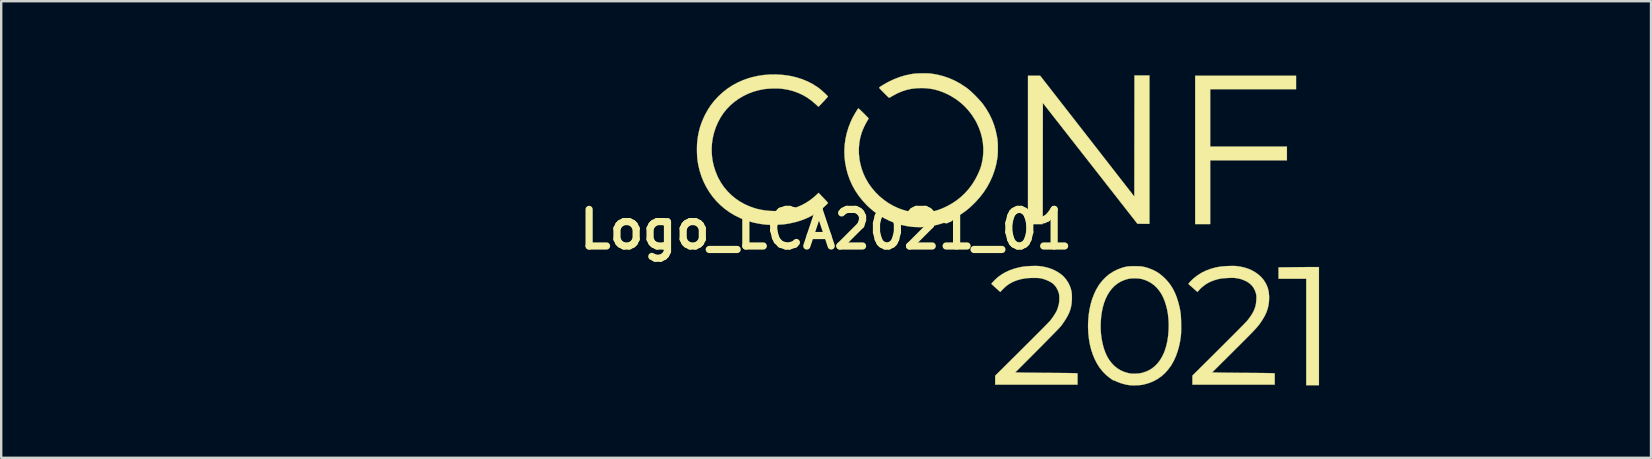
<source format=kicad_pcb>
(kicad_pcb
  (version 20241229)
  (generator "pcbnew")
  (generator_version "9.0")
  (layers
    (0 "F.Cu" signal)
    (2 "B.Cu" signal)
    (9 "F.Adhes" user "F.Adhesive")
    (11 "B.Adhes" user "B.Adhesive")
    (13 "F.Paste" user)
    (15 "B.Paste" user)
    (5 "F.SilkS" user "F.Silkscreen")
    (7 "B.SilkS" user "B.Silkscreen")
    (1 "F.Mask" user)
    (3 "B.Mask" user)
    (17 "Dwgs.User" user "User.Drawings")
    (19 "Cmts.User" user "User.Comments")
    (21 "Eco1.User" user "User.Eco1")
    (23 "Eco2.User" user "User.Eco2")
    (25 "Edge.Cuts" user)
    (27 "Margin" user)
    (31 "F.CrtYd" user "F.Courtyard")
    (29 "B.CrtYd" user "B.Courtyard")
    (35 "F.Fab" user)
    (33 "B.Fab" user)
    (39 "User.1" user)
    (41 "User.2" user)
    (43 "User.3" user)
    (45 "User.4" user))
  (footprint "Logo_LCA2021_01"
    (layer "F.Cu")
    (at 31.366 6.51)
    (property "Reference" "Logo_LCA2021_01" (at 0 0 0) (layer "F.SilkS") (effects (font (size 1.524 1.524) (thickness 0.3))))
    (attr through_hole)
    (fp_poly (pts (xy -25.718 -0.233) (xy -26.332 -0.233) (xy -26.332 -6.416) (xy -25.718 -6.416) (xy -25.718 -0.233)) (stroke (width 0.01) (type solid)) (fill yes) (layer "F.Mask"))
    (fp_poly (pts (xy -4.997 6.49) (xy -5.527 6.49) (xy -5.527 1.567) (xy -4.997 1.567) (xy -4.997 6.49)) (stroke (width 0.01) (type solid)) (fill yes) (layer "F.Mask"))
    (fp_poly (pts (xy -8.957 5.993) (xy -6.236 5.993) (xy -6.236 6.469) (xy -9.476 6.469) (xy -9.476 1.567) (xy -8.957 1.567) (xy -8.957 5.993)) (stroke (width 0.01) (type solid)) (fill yes) (layer "F.Mask"))
    (fp_poly (pts (xy -18.73 -0.233) (xy -19.224 -0.233) (xy -23.182 -5.27) (xy -23.187 -0.222) (xy -23.801 -0.222) (xy -23.801 -6.406) (xy -23.296 -6.406) (xy -19.349 -1.371) (xy -19.346 -3.894) (xy -19.344 -6.416) (xy -18.73 -6.416) (xy -18.73 -0.233)) (stroke (width 0.01) (type solid)) (fill yes) (layer "F.Mask"))
    (fp_poly (pts (xy -14.761 1.569) (xy -14.54 1.572) (xy -13.006 3.531) (xy -11.472 5.49) (xy -11.466 1.567) (xy -10.948 1.567) (xy -10.948 6.491) (xy -11.376 6.485) (xy -12.911 4.519) (xy -14.447 2.554) (xy -14.45 4.522) (xy -14.452 6.49) (xy -14.982 6.49) (xy -14.982 1.567) (xy -14.761 1.569)) (stroke (width 0.01) (type solid)) (fill yes) (layer "F.Mask"))
    (fp_poly (pts (xy -3.307 1.569) (xy -3.088 1.572) (xy -1.552 3.534) (xy -0.016 5.495) (xy -0.013 3.531) (xy -0.011 1.567) (xy 0.508 1.567) (xy 0.508 6.49) (xy 0.065 6.49) (xy -1.468 4.519) (xy -3.002 2.547) (xy -3.007 6.49) (xy -3.526 6.49) (xy -3.526 1.567) (xy -3.307 1.569)) (stroke (width 0.01) (type solid)) (fill yes) (layer "F.Mask"))
    (fp_poly (pts (xy -30.736 -0.805) (xy -27.274 -0.805) (xy -27.274 -0.222) (xy -31.361 -0.222) (xy -31.361 -1.533) (xy -31.361 -1.699) (xy -31.361 -1.885) (xy -31.36 -2.086) (xy -31.36 -2.302) (xy -31.36 -2.529) (xy -31.359 -2.764) (xy -31.359 -3.006) (xy -31.358 -3.252) (xy -31.358 -3.499) (xy -31.357 -3.745) (xy -31.356 -3.988) (xy -31.355 -4.225) (xy -31.355 -4.453) (xy -31.354 -4.629) (xy -31.347 -6.416) (xy -30.736 -6.416) (xy -30.736 -0.805)) (stroke (width 0.01) (type solid)) (fill yes) (layer "F.Mask"))
    (fp_poly (pts (xy 5.315 2.043) (xy 2.499 2.043) (xy 2.499 3.727) (xy 5.019 3.727) (xy 5.019 4.214) (xy 2.499 4.214) (xy 2.499 5.968) (xy 3.072 5.975) (xy 3.188 5.976) (xy 3.32 5.978) (xy 3.466 5.979) (xy 3.622 5.98) (xy 3.783 5.98) (xy 3.947 5.981) (xy 4.108 5.982) (xy 4.263 5.982) (xy 4.405 5.982) (xy 4.533 5.982) (xy 4.659 5.982) (xy 4.779 5.983) (xy 4.892 5.984) (xy 4.996 5.984) (xy 5.088 5.985) (xy 5.166 5.986) (xy 5.229 5.987) (xy 5.274 5.988) (xy 5.292 5.989) (xy 5.421 5.996) (xy 5.421 6.469) (xy 1.969 6.469) (xy 1.969 1.567) (xy 5.315 1.567) (xy 5.315 2.043)) (stroke (width 0.01) (type solid)) (fill yes) (layer "F.Mask"))
    (fp_poly (pts (xy 24.273 -3.319) (xy 24.384 -3.076) (xy 24.494 -2.839) (xy 24.6 -2.607) (xy 24.704 -2.382) (xy 24.805 -2.164) (xy 24.902 -1.954) (xy 24.995 -1.752) (xy 25.083 -1.559) (xy 25.167 -1.377) (xy 25.246 -1.205) (xy 25.32 -1.044) (xy 25.388 -0.896) (xy 25.451 -0.76) (xy 25.507 -0.638) (xy 25.556 -0.531) (xy 25.598 -0.438) (xy 25.633 -0.362) (xy 25.661 -0.301) (xy 25.68 -0.258) (xy 25.692 -0.233) (xy 25.695 -0.227) (xy 25.693 -0.222) (xy 25.685 -0.219) (xy 25.669 -0.217) (xy 25.642 -0.215) (xy 25.603 -0.214) (xy 25.549 -0.213) (xy 25.478 -0.213) (xy 25.389 -0.214) (xy 25.362 -0.214) (xy 25.026 -0.217) (xy 24.259 -1.901) (xy 20.893 -1.906) (xy 20.512 -1.061) (xy 20.132 -0.217) (xy 19.795 -0.214) (xy 19.7 -0.214) (xy 19.624 -0.213) (xy 19.566 -0.214) (xy 19.522 -0.215) (xy 19.492 -0.216) (xy 19.473 -0.219) (xy 19.464 -0.222) (xy 19.462 -0.226) (xy 19.467 -0.237) (xy 19.48 -0.266) (xy 19.501 -0.313) (xy 19.531 -0.377) (xy 19.567 -0.457) (xy 19.611 -0.553) (xy 19.662 -0.664) (xy 19.72 -0.789) (xy 19.783 -0.927) (xy 19.853 -1.078) (xy 19.928 -1.241) (xy 20.008 -1.416) (xy 20.093 -1.601) (xy 20.183 -1.795) (xy 20.277 -1.999) (xy 20.374 -2.211) (xy 20.476 -2.431) (xy 20.496 -2.475) (xy 21.154 -2.475) (xy 21.165 -2.473) (xy 21.194 -2.472) (xy 21.241 -2.471) (xy 21.304 -2.469) (xy 21.38 -2.468) (xy 21.468 -2.467) (xy 21.566 -2.466) (xy 21.671 -2.465) (xy 21.755 -2.464) (xy 22.049 -2.463) (xy 22.321 -2.462) (xy 22.573 -2.461) (xy 22.803 -2.46) (xy 23.013 -2.459) (xy 23.203 -2.459) (xy 23.372 -2.459) (xy 23.521 -2.459) (xy 23.649 -2.459) (xy 23.757 -2.459) (xy 23.846 -2.46) (xy 23.915 -2.46) (xy 23.963 -2.461) (xy 23.993 -2.462) (xy 24.002 -2.464) (xy 24.002 -2.464) (xy 23.998 -2.474) (xy 23.986 -2.503) (xy 23.966 -2.548) (xy 23.938 -2.609) (xy 23.905 -2.684) (xy 23.865 -2.773) (xy 23.82 -2.873) (xy 23.77 -2.983) (xy 23.716 -3.103) (xy 23.658 -3.231) (xy 23.597 -3.366) (xy 23.533 -3.507) (xy 23.467 -3.652) (xy 23.4 -3.8) (xy 23.332 -3.95) (xy 23.264 -4.101) (xy 23.195 -4.252) (xy 23.128 -4.4) (xy 23.062 -4.546) (xy 22.997 -4.687) (xy 22.935 -4.823) (xy 22.877 -4.952) (xy 22.821 -5.074) (xy 22.77 -5.186) (xy 22.723 -5.288) (xy 22.682 -5.378) (xy 22.647 -5.455) (xy 22.618 -5.518) (xy 22.595 -5.566) (xy 22.581 -5.597) (xy 22.574 -5.611) (xy 22.574 -5.611) (xy 22.569 -5.602) (xy 22.556 -5.574) (xy 22.535 -5.53) (xy 22.508 -5.47) (xy 22.474 -5.396) (xy 22.434 -5.308) (xy 22.388 -5.209) (xy 22.338 -5.099) (xy 22.284 -4.979) (xy 22.226 -4.852) (xy 22.165 -4.717) (xy 22.101 -4.577) (xy 22.036 -4.433) (xy 21.969 -4.285) (xy 21.901 -4.135) (xy 21.833 -3.984) (xy 21.765 -3.834) (xy 21.698 -3.686) (xy 21.632 -3.54) (xy 21.568 -3.399) (xy 21.507 -3.263) (xy 21.449 -3.134) (xy 21.394 -3.013) (xy 21.344 -2.9) (xy 21.298 -2.799) (xy 21.257 -2.709) (xy 21.223 -2.631) (xy 21.195 -2.568) (xy 21.174 -2.52) (xy 21.16 -2.489) (xy 21.154 -2.475) (xy 21.154 -2.475) (xy 20.496 -2.475) (xy 20.58 -2.658) (xy 20.688 -2.891) (xy 20.798 -3.129) (xy 20.884 -3.318) (xy 22.303 -6.395) (xy 22.579 -6.395) (xy 22.854 -6.395) (xy 24.273 -3.319)) (stroke (width 0.01) (type solid)) (fill yes) (layer "F.Mask"))
    (fp_poly (pts (xy -16.252 -4.613) (xy -16.252 -4.364) (xy -16.252 -4.13) (xy -16.252 -3.91) (xy -16.251 -3.705) (xy -16.251 -3.517) (xy -16.25 -3.345) (xy -16.249 -3.19) (xy -16.248 -3.052) (xy -16.247 -2.933) (xy -16.246 -2.833) (xy -16.244 -2.752) (xy -16.243 -2.69) (xy -16.242 -2.65) (xy -16.241 -2.641) (xy -16.219 -2.408) (xy -16.184 -2.192) (xy -16.137 -1.992) (xy -16.076 -1.809) (xy -16.003 -1.642) (xy -15.916 -1.492) (xy -15.817 -1.357) (xy -15.705 -1.239) (xy -15.644 -1.186) (xy -15.487 -1.072) (xy -15.319 -0.974) (xy -15.139 -0.894) (xy -14.952 -0.833) (xy -14.851 -0.809) (xy -14.808 -0.8) (xy -14.769 -0.793) (xy -14.729 -0.788) (xy -14.686 -0.784) (xy -14.634 -0.781) (xy -14.571 -0.779) (xy -14.492 -0.777) (xy -14.445 -0.776) (xy -14.314 -0.774) (xy -14.2 -0.776) (xy -14.1 -0.781) (xy -14.01 -0.789) (xy -13.926 -0.802) (xy -13.844 -0.819) (xy -13.761 -0.841) (xy -13.701 -0.86) (xy -13.523 -0.926) (xy -13.357 -1.009) (xy -13.2 -1.11) (xy -13.162 -1.138) (xy -13.041 -1.239) (xy -12.934 -1.351) (xy -12.839 -1.474) (xy -12.757 -1.61) (xy -12.685 -1.761) (xy -12.625 -1.927) (xy -12.575 -2.109) (xy -12.534 -2.309) (xy -12.518 -2.41) (xy -12.516 -2.427) (xy -12.514 -2.446) (xy -12.512 -2.468) (xy -12.51 -2.493) (xy -12.509 -2.524) (xy -12.507 -2.56) (xy -12.506 -2.603) (xy -12.505 -2.654) (xy -12.504 -2.713) (xy -12.503 -2.782) (xy -12.502 -2.861) (xy -12.501 -2.952) (xy -12.501 -3.055) (xy -12.5 -3.172) (xy -12.499 -3.304) (xy -12.499 -3.45) (xy -12.498 -3.613) (xy -12.498 -3.793) (xy -12.497 -3.991) (xy -12.497 -4.209) (xy -12.497 -4.446) (xy -12.497 -4.476) (xy -12.493 -6.416) (xy -11.869 -6.416) (xy -11.869 -4.64) (xy -11.869 -4.39) (xy -11.869 -4.159) (xy -11.87 -3.948) (xy -11.87 -3.755) (xy -11.87 -3.579) (xy -11.871 -3.419) (xy -11.872 -3.275) (xy -11.873 -3.145) (xy -11.874 -3.028) (xy -11.875 -2.923) (xy -11.877 -2.829) (xy -11.879 -2.746) (xy -11.881 -2.671) (xy -11.884 -2.605) (xy -11.886 -2.546) (xy -11.889 -2.494) (xy -11.893 -2.446) (xy -11.896 -2.403) (xy -11.9 -2.363) (xy -11.905 -2.325) (xy -11.906 -2.315) (xy -11.946 -2.07) (xy -12.001 -1.84) (xy -12.07 -1.625) (xy -12.155 -1.425) (xy -12.253 -1.24) (xy -12.367 -1.071) (xy -12.495 -0.916) (xy -12.57 -0.84) (xy -12.73 -0.7) (xy -12.905 -0.575) (xy -13.092 -0.465) (xy -13.291 -0.372) (xy -13.5 -0.296) (xy -13.717 -0.237) (xy -13.881 -0.206) (xy -13.926 -0.201) (xy -13.988 -0.196) (xy -14.065 -0.192) (xy -14.151 -0.189) (xy -14.245 -0.186) (xy -14.341 -0.184) (xy -14.437 -0.184) (xy -14.529 -0.184) (xy -14.613 -0.185) (xy -14.686 -0.187) (xy -14.744 -0.19) (xy -14.759 -0.192) (xy -14.969 -0.223) (xy -15.176 -0.273) (xy -15.379 -0.341) (xy -15.576 -0.425) (xy -15.764 -0.526) (xy -15.94 -0.641) (xy -16.103 -0.77) (xy -16.202 -0.862) (xy -16.324 -0.997) (xy -16.435 -1.15) (xy -16.534 -1.318) (xy -16.622 -1.501) (xy -16.697 -1.697) (xy -16.758 -1.905) (xy -16.805 -2.123) (xy -16.824 -2.239) (xy -16.829 -2.275) (xy -16.834 -2.31) (xy -16.838 -2.345) (xy -16.842 -2.381) (xy -16.846 -2.419) (xy -16.849 -2.461) (xy -16.852 -2.506) (xy -16.854 -2.556) (xy -16.856 -2.613) (xy -16.858 -2.677) (xy -16.86 -2.749) (xy -16.861 -2.83) (xy -16.862 -2.921) (xy -16.863 -3.024) (xy -16.864 -3.139) (xy -16.865 -3.268) (xy -16.865 -3.41) (xy -16.866 -3.568) (xy -16.866 -3.743) (xy -16.866 -3.935) (xy -16.866 -4.145) (xy -16.866 -4.375) (xy -16.866 -4.539) (xy -16.866 -6.416) (xy -16.252 -6.416) (xy -16.252 -4.613)) (stroke (width 0.01) (type solid)) (fill yes) (layer "F.Mask"))
    (fp_poly (pts (xy -18.385 1.545) (xy -18.242 1.553) (xy -18.108 1.569) (xy -17.978 1.592) (xy -17.847 1.623) (xy -17.709 1.664) (xy -17.661 1.68) (xy -17.452 1.759) (xy -17.257 1.852) (xy -17.076 1.96) (xy -16.906 2.085) (xy -16.746 2.227) (xy -16.718 2.255) (xy -16.601 2.378) (xy -16.501 2.5) (xy -16.411 2.627) (xy -16.33 2.764) (xy -16.257 2.904) (xy -16.165 3.119) (xy -16.092 3.339) (xy -16.041 3.563) (xy -16.01 3.792) (xy -16 4.026) (xy -16.002 4.119) (xy -16.017 4.342) (xy -16.05 4.556) (xy -16.101 4.764) (xy -16.17 4.97) (xy -16.232 5.118) (xy -16.299 5.254) (xy -16.374 5.382) (xy -16.459 5.504) (xy -16.559 5.625) (xy -16.675 5.75) (xy -16.686 5.761) (xy -16.817 5.885) (xy -16.948 5.993) (xy -17.082 6.088) (xy -17.224 6.173) (xy -17.379 6.25) (xy -17.546 6.321) (xy -17.741 6.388) (xy -17.949 6.441) (xy -18.163 6.479) (xy -18.378 6.502) (xy -18.591 6.508) (xy -18.766 6.5) (xy -19.008 6.47) (xy -19.245 6.418) (xy -19.477 6.347) (xy -19.703 6.255) (xy -19.741 6.237) (xy -19.934 6.133) (xy -20.115 6.013) (xy -20.284 5.877) (xy -20.438 5.726) (xy -20.578 5.561) (xy -20.704 5.384) (xy -20.813 5.195) (xy -20.906 4.996) (xy -20.981 4.787) (xy -21.038 4.57) (xy -21.075 4.357) (xy -21.09 4.198) (xy -21.094 4.042) (xy -20.566 4.042) (xy -20.564 4.138) (xy -20.559 4.228) (xy -20.552 4.304) (xy -20.547 4.336) (xy -20.502 4.546) (xy -20.44 4.743) (xy -20.361 4.928) (xy -20.265 5.1) (xy -20.153 5.26) (xy -20.022 5.409) (xy -19.986 5.446) (xy -19.913 5.512) (xy -19.83 5.58) (xy -19.743 5.645) (xy -19.661 5.7) (xy -19.643 5.711) (xy -19.5 5.787) (xy -19.343 5.855) (xy -19.176 5.913) (xy -19.005 5.958) (xy -18.836 5.989) (xy -18.814 5.992) (xy -18.755 5.997) (xy -18.681 6) (xy -18.597 6.002) (xy -18.508 6.001) (xy -18.421 5.999) (xy -18.341 5.995) (xy -18.274 5.989) (xy -18.252 5.987) (xy -18.073 5.953) (xy -17.894 5.904) (xy -17.72 5.84) (xy -17.553 5.764) (xy -17.399 5.677) (xy -17.322 5.625) (xy -17.214 5.539) (xy -17.105 5.438) (xy -17.002 5.327) (xy -16.908 5.211) (xy -16.829 5.095) (xy -16.826 5.09) (xy -16.734 4.922) (xy -16.659 4.742) (xy -16.6 4.554) (xy -16.558 4.361) (xy -16.535 4.166) (xy -16.53 3.972) (xy -16.537 3.843) (xy -16.568 3.632) (xy -16.616 3.431) (xy -16.682 3.24) (xy -16.765 3.059) (xy -16.865 2.891) (xy -16.98 2.735) (xy -17.11 2.593) (xy -17.255 2.465) (xy -17.413 2.351) (xy -17.584 2.253) (xy -17.768 2.172) (xy -17.963 2.107) (xy -18.117 2.071) (xy -18.331 2.038) (xy -18.544 2.027) (xy -18.756 2.036) (xy -18.965 2.067) (xy -19.172 2.118) (xy -19.341 2.176) (xy -19.529 2.261) (xy -19.702 2.361) (xy -19.861 2.476) (xy -20.006 2.606) (xy -20.135 2.75) (xy -20.249 2.908) (xy -20.347 3.08) (xy -20.429 3.265) (xy -20.494 3.462) (xy -20.542 3.672) (xy -20.547 3.7) (xy -20.556 3.768) (xy -20.562 3.852) (xy -20.565 3.945) (xy -20.566 4.042) (xy -21.094 4.042) (xy -21.094 4.027) (xy -21.089 3.852) (xy -21.073 3.68) (xy -21.048 3.518) (xy -21.042 3.489) (xy -20.989 3.279) (xy -20.917 3.072) (xy -20.827 2.872) (xy -20.722 2.682) (xy -20.602 2.504) (xy -20.561 2.451) (xy -20.507 2.387) (xy -20.441 2.316) (xy -20.368 2.242) (xy -20.294 2.171) (xy -20.224 2.109) (xy -20.18 2.074) (xy -20.004 1.949) (xy -19.813 1.84) (xy -19.61 1.745) (xy -19.397 1.667) (xy -19.177 1.606) (xy -19.148 1.6) (xy -19.058 1.581) (xy -18.978 1.567) (xy -18.902 1.556) (xy -18.825 1.549) (xy -18.741 1.544) (xy -18.647 1.542) (xy -18.544 1.542) (xy -18.385 1.545)) (stroke (width 0.01) (type solid)) (fill yes) (layer "F.Mask"))
    (fp_poly (pts (xy 26.999 -4.576) (xy 26.999 -4.334) (xy 26.999 -4.113) (xy 26.999 -3.91) (xy 26.999 -3.726) (xy 27 -3.558) (xy 27 -3.407) (xy 27.001 -3.271) (xy 27.001 -3.149) (xy 27.002 -3.04) (xy 27.003 -2.943) (xy 27.004 -2.857) (xy 27.006 -2.78) (xy 27.008 -2.713) (xy 27.01 -2.654) (xy 27.012 -2.602) (xy 27.015 -2.555) (xy 27.017 -2.513) (xy 27.021 -2.476) (xy 27.024 -2.441) (xy 27.028 -2.408) (xy 27.032 -2.375) (xy 27.037 -2.345) (xy 27.071 -2.157) (xy 27.117 -1.978) (xy 27.173 -1.812) (xy 27.239 -1.659) (xy 27.314 -1.521) (xy 27.398 -1.4) (xy 27.48 -1.307) (xy 27.574 -1.224) (xy 27.686 -1.143) (xy 27.812 -1.066) (xy 27.948 -0.995) (xy 28.092 -0.932) (xy 28.239 -0.879) (xy 28.387 -0.836) (xy 28.457 -0.82) (xy 28.66 -0.789) (xy 28.865 -0.779) (xy 29.07 -0.788) (xy 29.273 -0.816) (xy 29.472 -0.864) (xy 29.666 -0.93) (xy 29.852 -1.015) (xy 30.03 -1.117) (xy 30.196 -1.236) (xy 30.229 -1.263) (xy 30.314 -1.346) (xy 30.393 -1.447) (xy 30.467 -1.564) (xy 30.534 -1.696) (xy 30.593 -1.841) (xy 30.642 -1.996) (xy 30.682 -2.16) (xy 30.704 -2.276) (xy 30.709 -2.31) (xy 30.714 -2.342) (xy 30.718 -2.374) (xy 30.722 -2.407) (xy 30.726 -2.441) (xy 30.729 -2.479) (xy 30.732 -2.52) (xy 30.734 -2.566) (xy 30.737 -2.618) (xy 30.738 -2.677) (xy 30.74 -2.744) (xy 30.742 -2.819) (xy 30.743 -2.905) (xy 30.744 -3.002) (xy 30.745 -3.111) (xy 30.745 -3.232) (xy 30.746 -3.368) (xy 30.746 -3.519) (xy 30.746 -3.686) (xy 30.747 -3.87) (xy 30.747 -4.072) (xy 30.747 -4.294) (xy 30.747 -4.534) (xy 30.747 -6.416) (xy 31.372 -6.416) (xy 31.368 -4.476) (xy 31.368 -4.233) (xy 31.367 -4.01) (xy 31.367 -3.807) (xy 31.367 -3.621) (xy 31.366 -3.453) (xy 31.365 -3.301) (xy 31.365 -3.163) (xy 31.364 -3.04) (xy 31.363 -2.93) (xy 31.362 -2.832) (xy 31.361 -2.745) (xy 31.359 -2.668) (xy 31.357 -2.601) (xy 31.355 -2.541) (xy 31.353 -2.488) (xy 31.35 -2.441) (xy 31.347 -2.399) (xy 31.344 -2.361) (xy 31.34 -2.326) (xy 31.335 -2.293) (xy 31.331 -2.261) (xy 31.325 -2.228) (xy 31.32 -2.195) (xy 31.313 -2.159) (xy 31.308 -2.128) (xy 31.26 -1.908) (xy 31.196 -1.696) (xy 31.118 -1.496) (xy 31.026 -1.308) (xy 30.929 -1.148) (xy 30.856 -1.046) (xy 30.784 -0.957) (xy 30.708 -0.876) (xy 30.623 -0.801) (xy 30.527 -0.726) (xy 30.419 -0.651) (xy 30.219 -0.531) (xy 30.008 -0.427) (xy 29.788 -0.341) (xy 29.563 -0.273) (xy 29.335 -0.224) (xy 29.178 -0.202) (xy 29.118 -0.197) (xy 29.043 -0.194) (xy 28.957 -0.192) (xy 28.866 -0.192) (xy 28.773 -0.193) (xy 28.684 -0.196) (xy 28.604 -0.199) (xy 28.538 -0.204) (xy 28.513 -0.207) (xy 28.275 -0.248) (xy 28.042 -0.31) (xy 27.814 -0.391) (xy 27.595 -0.491) (xy 27.385 -0.61) (xy 27.332 -0.643) (xy 27.256 -0.695) (xy 27.181 -0.749) (xy 27.103 -0.81) (xy 27.017 -0.88) (xy 26.943 -0.942) (xy 26.902 -0.978) (xy 26.877 -1.002) (xy 26.865 -1.017) (xy 26.865 -1.025) (xy 26.875 -1.027) (xy 26.877 -1.027) (xy 26.888 -1.028) (xy 26.891 -1.034) (xy 26.884 -1.049) (xy 26.866 -1.075) (xy 26.852 -1.094) (xy 26.753 -1.244) (xy 26.665 -1.412) (xy 26.587 -1.595) (xy 26.521 -1.791) (xy 26.467 -2) (xy 26.433 -2.173) (xy 26.427 -2.208) (xy 26.422 -2.24) (xy 26.417 -2.273) (xy 26.413 -2.305) (xy 26.409 -2.339) (xy 26.405 -2.376) (xy 26.402 -2.415) (xy 26.399 -2.46) (xy 26.397 -2.509) (xy 26.395 -2.566) (xy 26.393 -2.629) (xy 26.391 -2.701) (xy 26.39 -2.783) (xy 26.389 -2.875) (xy 26.388 -2.978) (xy 26.387 -3.094) (xy 26.386 -3.224) (xy 26.386 -3.368) (xy 26.385 -3.527) (xy 26.385 -3.703) (xy 26.385 -3.896) (xy 26.385 -4.108) (xy 26.385 -4.34) (xy 26.385 -4.502) (xy 26.385 -6.416) (xy 26.999 -6.416) (xy 26.999 -4.576)) (stroke (width 0.01) (type solid)) (fill yes) (layer "F.Mask"))
    (fp_poly (pts (xy -8.292 -3.897) (xy -6.43 -6.411) (xy -6.073 -6.414) (xy -5.971 -6.414) (xy -5.885 -6.414) (xy -5.816 -6.413) (xy -5.764 -6.412) (xy -5.732 -6.41) (xy -5.719 -6.407) (xy -5.719 -6.406) (xy -5.726 -6.397) (xy -5.744 -6.371) (xy -5.774 -6.33) (xy -5.815 -6.275) (xy -5.865 -6.206) (xy -5.925 -6.125) (xy -5.994 -6.032) (xy -6.07 -5.927) (xy -6.155 -5.813) (xy -6.246 -5.69) (xy -6.343 -5.558) (xy -6.446 -5.419) (xy -6.553 -5.273) (xy -6.665 -5.122) (xy -6.781 -4.966) (xy -6.817 -4.916) (xy -6.934 -4.758) (xy -7.047 -4.605) (xy -7.156 -4.458) (xy -7.26 -4.317) (xy -7.359 -4.182) (xy -7.452 -4.056) (xy -7.538 -3.939) (xy -7.617 -3.832) (xy -7.688 -3.735) (xy -7.75 -3.65) (xy -7.804 -3.577) (xy -7.847 -3.517) (xy -7.88 -3.472) (xy -7.902 -3.441) (xy -7.912 -3.426) (xy -7.912 -3.425) (xy -7.906 -3.416) (xy -7.888 -3.39) (xy -7.858 -3.349) (xy -7.818 -3.294) (xy -7.767 -3.225) (xy -7.707 -3.143) (xy -7.638 -3.049) (xy -7.561 -2.944) (xy -7.475 -2.829) (xy -7.383 -2.705) (xy -7.285 -2.571) (xy -7.18 -2.43) (xy -7.071 -2.283) (xy -6.956 -2.129) (xy -6.838 -1.969) (xy -6.73 -1.824) (xy -6.609 -1.661) (xy -6.491 -1.503) (xy -6.377 -1.349) (xy -6.268 -1.202) (xy -6.164 -1.062) (xy -6.067 -0.93) (xy -5.975 -0.807) (xy -5.891 -0.693) (xy -5.814 -0.59) (xy -5.746 -0.498) (xy -5.687 -0.418) (xy -5.638 -0.351) (xy -5.598 -0.298) (xy -5.57 -0.259) (xy -5.553 -0.235) (xy -5.548 -0.228) (xy -5.558 -0.227) (xy -5.587 -0.226) (xy -5.632 -0.224) (xy -5.692 -0.224) (xy -5.763 -0.223) (xy -5.843 -0.222) (xy -5.916 -0.222) (xy -6.285 -0.222) (xy -7.292 -1.578) (xy -7.404 -1.728) (xy -7.513 -1.874) (xy -7.617 -2.014) (xy -7.717 -2.148) (xy -7.811 -2.274) (xy -7.899 -2.392) (xy -7.98 -2.501) (xy -8.054 -2.6) (xy -8.12 -2.688) (xy -8.177 -2.764) (xy -8.224 -2.827) (xy -8.262 -2.876) (xy -8.288 -2.911) (xy -8.303 -2.93) (xy -8.307 -2.934) (xy -8.314 -2.926) (xy -8.333 -2.901) (xy -8.363 -2.862) (xy -8.403 -2.808) (xy -8.454 -2.74) (xy -8.514 -2.66) (xy -8.582 -2.569) (xy -8.659 -2.467) (xy -8.742 -2.355) (xy -8.832 -2.234) (xy -8.928 -2.105) (xy -9.029 -1.969) (xy -9.134 -1.827) (xy -9.244 -1.68) (xy -9.317 -1.581) (xy -10.32 -0.228) (xy -10.687 -0.225) (xy -10.799 -0.224) (xy -10.891 -0.224) (xy -10.962 -0.225) (xy -11.012 -0.227) (xy -11.043 -0.23) (xy -11.054 -0.233) (xy -11.054 -0.233) (xy -11.047 -0.243) (xy -11.029 -0.268) (xy -10.999 -0.309) (xy -10.959 -0.364) (xy -10.908 -0.433) (xy -10.848 -0.515) (xy -10.779 -0.609) (xy -10.701 -0.713) (xy -10.616 -0.828) (xy -10.524 -0.953) (xy -10.426 -1.086) (xy -10.321 -1.226) (xy -10.211 -1.374) (xy -10.097 -1.527) (xy -9.979 -1.686) (xy -9.88 -1.819) (xy -9.759 -1.981) (xy -9.642 -2.139) (xy -9.528 -2.292) (xy -9.419 -2.438) (xy -9.315 -2.577) (xy -9.217 -2.709) (xy -9.126 -2.832) (xy -9.042 -2.945) (xy -8.965 -3.048) (xy -8.897 -3.14) (xy -8.838 -3.219) (xy -8.788 -3.286) (xy -8.749 -3.339) (xy -8.721 -3.377) (xy -8.704 -3.4) (xy -8.699 -3.406) (xy -8.704 -3.417) (xy -8.722 -3.443) (xy -8.752 -3.486) (xy -8.793 -3.545) (xy -8.846 -3.619) (xy -8.91 -3.707) (xy -8.984 -3.81) (xy -9.069 -3.927) (xy -9.165 -4.058) (xy -9.27 -4.202) (xy -9.384 -4.359) (xy -9.508 -4.527) (xy -9.641 -4.708) (xy -9.783 -4.9) (xy -9.786 -4.905) (xy -9.902 -5.063) (xy -10.015 -5.216) (xy -10.124 -5.364) (xy -10.229 -5.506) (xy -10.328 -5.64) (xy -10.421 -5.767) (xy -10.508 -5.885) (xy -10.587 -5.993) (xy -10.659 -6.09) (xy -10.722 -6.176) (xy -10.776 -6.249) (xy -10.82 -6.309) (xy -10.854 -6.355) (xy -10.876 -6.386) (xy -10.887 -6.402) (xy -10.888 -6.403) (xy -10.886 -6.407) (xy -10.875 -6.41) (xy -10.852 -6.412) (xy -10.816 -6.414) (xy -10.766 -6.415) (xy -10.699 -6.416) (xy -10.614 -6.416) (xy -10.527 -6.416) (xy -10.158 -6.416) (xy -8.292 -3.897)) (stroke (width 0.01) (type solid)) (fill yes) (layer "F.Mask"))
    (fp_poly (pts (xy 19.587 -5.844) (xy 16.009 -5.844) (xy 16.009 -3.452) (xy 19.206 -3.452) (xy 19.206 -2.88) (xy 16.009 -2.88) (xy 16.009 -0.222) (xy 15.384 -0.222) (xy 15.384 -6.406) (xy 19.587 -6.406) (xy 19.587 -5.844)) (stroke (width 0.01) (type solid)) (fill yes) (layer "F.SilkS"))
    (fp_poly (pts (xy 13.478 -0.233) (xy 13.227 -0.235) (xy 12.976 -0.238) (xy 11.007 -2.754) (xy 9.037 -5.27) (xy 9.034 -2.746) (xy 9.031 -0.222) (xy 8.417 -0.222) (xy 8.417 -6.406) (xy 8.923 -6.406) (xy 10.886 -3.888) (xy 12.848 -1.369) (xy 12.851 -3.893) (xy 12.854 -6.416) (xy 13.478 -6.416) (xy 13.478 -0.233)) (stroke (width 0.01) (type solid)) (fill yes) (layer "F.SilkS"))
    (fp_poly (pts (xy 20.54 6.49) (xy 20.011 6.49) (xy 20.011 2.054) (xy 18.857 2.054) (xy 18.857 1.581) (xy 19.484 1.574) (xy 19.605 1.573) (xy 19.727 1.571) (xy 19.845 1.57) (xy 19.958 1.569) (xy 20.062 1.568) (xy 20.156 1.568) (xy 20.235 1.567) (xy 20.298 1.567) (xy 20.326 1.567) (xy 20.54 1.567) (xy 20.54 6.49)) (stroke (width 0.01) (type solid)) (fill yes) (layer "F.SilkS"))
    (fp_poly (pts (xy 17.017 1.522) (xy 17.082 1.525) (xy 17.087 1.525) (xy 17.267 1.549) (xy 17.44 1.588) (xy 17.604 1.642) (xy 17.758 1.711) (xy 17.9 1.793) (xy 18.029 1.888) (xy 18.144 1.995) (xy 18.242 2.112) (xy 18.323 2.24) (xy 18.326 2.245) (xy 18.381 2.362) (xy 18.422 2.482) (xy 18.448 2.609) (xy 18.462 2.746) (xy 18.465 2.848) (xy 18.458 3.011) (xy 18.437 3.165) (xy 18.401 3.313) (xy 18.349 3.459) (xy 18.28 3.606) (xy 18.192 3.756) (xy 18.153 3.816) (xy 18.127 3.855) (xy 18.102 3.892) (xy 18.077 3.927) (xy 18.051 3.962) (xy 18.024 3.997) (xy 17.994 4.034) (xy 17.96 4.074) (xy 17.922 4.117) (xy 17.879 4.164) (xy 17.829 4.217) (xy 17.772 4.277) (xy 17.707 4.343) (xy 17.633 4.419) (xy 17.55 4.503) (xy 17.455 4.598) (xy 17.349 4.704) (xy 17.23 4.823) (xy 17.098 4.954) (xy 16.995 5.057) (xy 16.089 5.958) (xy 16.401 5.965) (xy 16.462 5.966) (xy 16.542 5.967) (xy 16.639 5.968) (xy 16.749 5.97) (xy 16.871 5.971) (xy 17.002 5.972) (xy 17.139 5.974) (xy 17.281 5.975) (xy 17.424 5.976) (xy 17.567 5.977) (xy 17.576 5.977) (xy 17.713 5.978) (xy 17.846 5.979) (xy 17.974 5.98) (xy 18.095 5.981) (xy 18.207 5.982) (xy 18.307 5.984) (xy 18.395 5.985) (xy 18.468 5.986) (xy 18.523 5.987) (xy 18.561 5.988) (xy 18.568 5.989) (xy 18.698 5.995) (xy 18.698 6.469) (xy 15.268 6.469) (xy 15.268 6.091) (xy 16.369 4.998) (xy 16.527 4.841) (xy 16.676 4.692) (xy 16.815 4.553) (xy 16.944 4.424) (xy 17.063 4.305) (xy 17.17 4.198) (xy 17.265 4.101) (xy 17.348 4.017) (xy 17.418 3.945) (xy 17.475 3.886) (xy 17.518 3.84) (xy 17.547 3.809) (xy 17.557 3.797) (xy 17.654 3.671) (xy 17.734 3.554) (xy 17.799 3.442) (xy 17.849 3.334) (xy 17.887 3.225) (xy 17.913 3.114) (xy 17.928 2.997) (xy 17.933 2.917) (xy 17.935 2.851) (xy 17.935 2.8) (xy 17.933 2.76) (xy 17.928 2.724) (xy 17.921 2.688) (xy 17.916 2.668) (xy 17.875 2.545) (xy 17.817 2.433) (xy 17.741 2.334) (xy 17.651 2.249) (xy 17.545 2.178) (xy 17.517 2.163) (xy 17.392 2.106) (xy 17.27 2.064) (xy 17.144 2.036) (xy 17.046 2.023) (xy 16.992 2.019) (xy 16.922 2.018) (xy 16.841 2.019) (xy 16.754 2.022) (xy 16.666 2.027) (xy 16.582 2.033) (xy 16.507 2.04) (xy 16.447 2.048) (xy 16.443 2.049) (xy 16.291 2.083) (xy 16.144 2.129) (xy 16.005 2.185) (xy 15.881 2.251) (xy 15.848 2.271) (xy 15.805 2.301) (xy 15.756 2.337) (xy 15.706 2.377) (xy 15.657 2.417) (xy 15.616 2.454) (xy 15.585 2.484) (xy 15.575 2.496) (xy 15.555 2.519) (xy 15.529 2.549) (xy 15.517 2.563) (xy 15.479 2.605) (xy 15.296 2.445) (xy 15.244 2.398) (xy 15.196 2.356) (xy 15.156 2.321) (xy 15.126 2.295) (xy 15.108 2.279) (xy 15.105 2.276) (xy 15.106 2.264) (xy 15.122 2.24) (xy 15.148 2.207) (xy 15.184 2.168) (xy 15.226 2.125) (xy 15.273 2.08) (xy 15.315 2.041) (xy 15.473 1.917) (xy 15.643 1.809) (xy 15.827 1.718) (xy 16.023 1.644) (xy 16.232 1.586) (xy 16.416 1.551) (xy 16.481 1.543) (xy 16.562 1.536) (xy 16.652 1.53) (xy 16.749 1.525) (xy 16.845 1.522) (xy 16.936 1.521) (xy 17.017 1.522)) (stroke (width 0.01) (type solid)) (fill yes) (layer "F.SilkS"))
    (fp_poly (pts (xy 8.841 1.523) (xy 8.878 1.526) (xy 9.045 1.548) (xy 9.21 1.585) (xy 9.37 1.636) (xy 9.521 1.701) (xy 9.662 1.777) (xy 9.788 1.863) (xy 9.898 1.959) (xy 9.901 1.961) (xy 10.002 2.078) (xy 10.089 2.208) (xy 10.159 2.35) (xy 10.199 2.462) (xy 10.219 2.534) (xy 10.234 2.604) (xy 10.243 2.678) (xy 10.247 2.761) (xy 10.247 2.858) (xy 10.246 2.91) (xy 10.24 3.028) (xy 10.228 3.132) (xy 10.21 3.229) (xy 10.184 3.328) (xy 10.164 3.388) (xy 10.125 3.487) (xy 10.072 3.597) (xy 10.005 3.714) (xy 9.928 3.835) (xy 9.842 3.958) (xy 9.782 4.037) (xy 9.763 4.059) (xy 9.73 4.094) (xy 9.684 4.144) (xy 9.625 4.205) (xy 9.554 4.278) (xy 9.472 4.362) (xy 9.38 4.456) (xy 9.278 4.56) (xy 9.168 4.671) (xy 9.05 4.791) (xy 8.925 4.917) (xy 8.796 5.046) (xy 7.886 5.958) (xy 8.197 5.965) (xy 8.258 5.966) (xy 8.338 5.967) (xy 8.434 5.968) (xy 8.545 5.97) (xy 8.666 5.971) (xy 8.797 5.972) (xy 8.934 5.974) (xy 9.076 5.975) (xy 9.219 5.976) (xy 9.361 5.977) (xy 9.365 5.977) (xy 9.501 5.978) (xy 9.635 5.979) (xy 9.762 5.98) (xy 9.883 5.981) (xy 9.994 5.982) (xy 10.094 5.984) (xy 10.181 5.985) (xy 10.253 5.986) (xy 10.309 5.987) (xy 10.346 5.988) (xy 10.352 5.989) (xy 10.482 5.995) (xy 10.482 6.469) (xy 7.051 6.469) (xy 7.051 6.093) (xy 7.287 5.86) (xy 7.458 5.69) (xy 7.626 5.524) (xy 7.79 5.361) (xy 7.95 5.203) (xy 8.104 5.05) (xy 8.252 4.902) (xy 8.394 4.761) (xy 8.529 4.627) (xy 8.655 4.5) (xy 8.773 4.382) (xy 8.882 4.273) (xy 8.981 4.174) (xy 9.069 4.085) (xy 9.145 4.007) (xy 9.21 3.941) (xy 9.262 3.888) (xy 9.301 3.847) (xy 9.326 3.821) (xy 9.334 3.812) (xy 9.385 3.747) (xy 9.438 3.674) (xy 9.489 3.599) (xy 9.537 3.527) (xy 9.576 3.461) (xy 9.603 3.413) (xy 9.638 3.332) (xy 9.67 3.238) (xy 9.696 3.141) (xy 9.71 3.072) (xy 9.718 3.007) (xy 9.722 2.932) (xy 9.723 2.854) (xy 9.72 2.778) (xy 9.714 2.712) (xy 9.705 2.663) (xy 9.673 2.568) (xy 9.628 2.474) (xy 9.573 2.385) (xy 9.51 2.308) (xy 9.443 2.247) (xy 9.436 2.241) (xy 9.353 2.188) (xy 9.254 2.138) (xy 9.146 2.093) (xy 9.034 2.057) (xy 8.925 2.031) (xy 8.884 2.026) (xy 8.826 2.023) (xy 8.755 2.021) (xy 8.676 2.02) (xy 8.593 2.021) (xy 8.51 2.023) (xy 8.432 2.027) (xy 8.362 2.032) (xy 8.305 2.038) (xy 8.301 2.039) (xy 8.112 2.075) (xy 7.937 2.126) (xy 7.777 2.192) (xy 7.631 2.273) (xy 7.523 2.351) (xy 7.49 2.378) (xy 7.448 2.417) (xy 7.403 2.46) (xy 7.361 2.503) (xy 7.262 2.605) (xy 7.077 2.44) (xy 7.025 2.392) (xy 6.979 2.35) (xy 6.94 2.313) (xy 6.912 2.285) (xy 6.895 2.268) (xy 6.893 2.263) (xy 6.9 2.251) (xy 6.92 2.227) (xy 6.95 2.195) (xy 6.986 2.157) (xy 7.027 2.116) (xy 7.069 2.074) (xy 7.11 2.036) (xy 7.146 2.003) (xy 7.173 1.98) (xy 7.323 1.873) (xy 7.483 1.78) (xy 7.655 1.701) (xy 7.84 1.636) (xy 8.04 1.583) (xy 8.182 1.556) (xy 8.257 1.545) (xy 8.347 1.536) (xy 8.448 1.529) (xy 8.553 1.524) (xy 8.658 1.521) (xy 8.755 1.521) (xy 8.841 1.523)) (stroke (width 0.01) (type solid)) (fill yes) (layer "F.SilkS"))
    (fp_poly (pts (xy -1.843 -6.444) (xy -1.598 -6.415) (xy -1.482 -6.394) (xy -1.234 -6.337) (xy -0.997 -6.262) (xy -0.773 -6.17) (xy -0.561 -6.061) (xy -0.362 -5.936) (xy -0.282 -5.878) (xy -0.246 -5.849) (xy -0.202 -5.812) (xy -0.155 -5.771) (xy -0.106 -5.727) (xy -0.057 -5.682) (xy -0.012 -5.639) (xy 0.027 -5.601) (xy 0.057 -5.57) (xy 0.076 -5.547) (xy 0.082 -5.536) (xy 0.074 -5.525) (xy 0.054 -5.502) (xy 0.024 -5.468) (xy -0.014 -5.427) (xy -0.056 -5.38) (xy -0.102 -5.331) (xy -0.148 -5.281) (xy -0.193 -5.234) (xy -0.233 -5.191) (xy -0.268 -5.155) (xy -0.293 -5.129) (xy -0.308 -5.116) (xy -0.311 -5.114) (xy -0.321 -5.121) (xy -0.344 -5.14) (xy -0.376 -5.168) (xy -0.413 -5.203) (xy -0.422 -5.211) (xy -0.59 -5.357) (xy -0.771 -5.487) (xy -0.962 -5.599) (xy -1.163 -5.692) (xy -1.374 -5.767) (xy -1.592 -5.823) (xy -1.818 -5.86) (xy -1.879 -5.866) (xy -1.97 -5.872) (xy -2.076 -5.875) (xy -2.19 -5.874) (xy -2.306 -5.87) (xy -2.419 -5.863) (xy -2.522 -5.853) (xy -2.581 -5.845) (xy -2.807 -5.801) (xy -3.026 -5.739) (xy -3.238 -5.659) (xy -3.44 -5.561) (xy -3.631 -5.448) (xy -3.811 -5.32) (xy -3.978 -5.178) (xy -4.131 -5.022) (xy -4.268 -4.853) (xy -4.388 -4.672) (xy -4.395 -4.66) (xy -4.506 -4.452) (xy -4.597 -4.238) (xy -4.669 -4.018) (xy -4.72 -3.795) (xy -4.752 -3.568) (xy -4.764 -3.34) (xy -4.756 -3.112) (xy -4.728 -2.885) (xy -4.68 -2.66) (xy -4.611 -2.439) (xy -4.523 -2.222) (xy -4.477 -2.127) (xy -4.368 -1.934) (xy -4.241 -1.753) (xy -4.098 -1.584) (xy -3.94 -1.429) (xy -3.768 -1.287) (xy -3.583 -1.161) (xy -3.386 -1.051) (xy -3.178 -0.958) (xy -2.961 -0.882) (xy -2.897 -0.864) (xy -2.721 -0.823) (xy -2.534 -0.792) (xy -2.341 -0.773) (xy -2.146 -0.765) (xy -1.956 -0.769) (xy -1.774 -0.784) (xy -1.668 -0.8) (xy -1.449 -0.849) (xy -1.236 -0.917) (xy -1.03 -1.004) (xy -0.834 -1.108) (xy -0.65 -1.229) (xy -0.478 -1.367) (xy -0.401 -1.437) (xy -0.309 -1.525) (xy -0.112 -1.321) (xy -0.06 -1.267) (xy -0.013 -1.217) (xy 0.027 -1.173) (xy 0.058 -1.139) (xy 0.078 -1.115) (xy 0.085 -1.105) (xy 0.077 -1.093) (xy 0.056 -1.069) (xy 0.025 -1.037) (xy -0.015 -0.999) (xy -0.06 -0.957) (xy -0.107 -0.914) (xy -0.154 -0.873) (xy -0.198 -0.836) (xy -0.206 -0.829) (xy -0.393 -0.692) (xy -0.592 -0.571) (xy -0.805 -0.467) (xy -1.031 -0.378) (xy -1.271 -0.306) (xy -1.525 -0.249) (xy -1.726 -0.217) (xy -1.769 -0.212) (xy -1.828 -0.208) (xy -1.901 -0.204) (xy -1.982 -0.201) (xy -2.068 -0.198) (xy -2.156 -0.196) (xy -2.24 -0.194) (xy -2.317 -0.194) (xy -2.383 -0.194) (xy -2.435 -0.196) (xy -2.456 -0.197) (xy -2.672 -0.221) (xy -2.875 -0.255) (xy -3.07 -0.299) (xy -3.263 -0.356) (xy -3.337 -0.38) (xy -3.571 -0.472) (xy -3.795 -0.582) (xy -4.006 -0.708) (xy -4.205 -0.85) (xy -4.391 -1.007) (xy -4.563 -1.178) (xy -4.72 -1.363) (xy -4.863 -1.561) (xy -4.989 -1.77) (xy -5.1 -1.991) (xy -5.193 -2.221) (xy -5.268 -2.461) (xy -5.325 -2.71) (xy -5.353 -2.88) (xy -5.362 -2.964) (xy -5.369 -3.064) (xy -5.374 -3.173) (xy -5.376 -3.286) (xy -5.376 -3.397) (xy -5.374 -3.5) (xy -5.369 -3.59) (xy -5.369 -3.593) (xy -5.343 -3.828) (xy -5.302 -4.05) (xy -5.247 -4.263) (xy -5.175 -4.472) (xy -5.085 -4.681) (xy -5.031 -4.791) (xy -4.92 -4.991) (xy -4.798 -5.177) (xy -4.662 -5.351) (xy -4.508 -5.519) (xy -4.484 -5.544) (xy -4.301 -5.714) (xy -4.107 -5.866) (xy -3.902 -6.001) (xy -3.686 -6.119) (xy -3.457 -6.22) (xy -3.215 -6.305) (xy -3.065 -6.348) (xy -2.834 -6.399) (xy -2.592 -6.435) (xy -2.344 -6.454) (xy -2.093 -6.457) (xy -1.843 -6.444)) (stroke (width 0.01) (type solid)) (fill yes) (layer "F.SilkS"))
    (fp_poly (pts (xy 12.966 1.532) (xy 13.052 1.534) (xy 13.127 1.54) (xy 13.195 1.549) (xy 13.26 1.562) (xy 13.329 1.58) (xy 13.406 1.603) (xy 13.445 1.616) (xy 13.606 1.678) (xy 13.754 1.752) (xy 13.894 1.842) (xy 14.027 1.948) (xy 14.158 2.074) (xy 14.161 2.077) (xy 14.274 2.205) (xy 14.374 2.341) (xy 14.463 2.487) (xy 14.541 2.645) (xy 14.611 2.818) (xy 14.672 3.008) (xy 14.712 3.16) (xy 14.734 3.25) (xy 14.751 3.332) (xy 14.765 3.408) (xy 14.776 3.485) (xy 14.784 3.565) (xy 14.79 3.651) (xy 14.795 3.749) (xy 14.798 3.862) (xy 14.799 3.938) (xy 14.8 4.057) (xy 14.8 4.159) (xy 14.799 4.247) (xy 14.796 4.326) (xy 14.791 4.398) (xy 14.784 4.468) (xy 14.774 4.539) (xy 14.762 4.615) (xy 14.753 4.669) (xy 14.708 4.881) (xy 14.65 5.083) (xy 14.582 5.275) (xy 14.503 5.453) (xy 14.415 5.614) (xy 14.369 5.687) (xy 14.248 5.849) (xy 14.117 5.994) (xy 13.974 6.121) (xy 13.819 6.229) (xy 13.653 6.32) (xy 13.476 6.394) (xy 13.286 6.45) (xy 13.166 6.476) (xy 13.114 6.483) (xy 13.046 6.489) (xy 12.969 6.493) (xy 12.887 6.496) (xy 12.806 6.496) (xy 12.731 6.495) (xy 12.669 6.492) (xy 12.647 6.489) (xy 12.521 6.469) (xy 12.388 6.436) (xy 12.254 6.395) (xy 12.128 6.346) (xy 12.047 6.309) (xy 12.014 6.294) (xy 11.991 6.288) (xy 11.983 6.29) (xy 11.974 6.288) (xy 11.951 6.275) (xy 11.918 6.253) (xy 11.877 6.224) (xy 11.831 6.19) (xy 11.783 6.154) (xy 11.737 6.117) (xy 11.694 6.082) (xy 11.658 6.05) (xy 11.658 6.05) (xy 11.526 5.915) (xy 11.406 5.764) (xy 11.298 5.597) (xy 11.203 5.415) (xy 11.121 5.221) (xy 11.052 5.014) (xy 10.998 4.797) (xy 10.958 4.571) (xy 10.933 4.336) (xy 10.928 4.248) (xy 10.924 4.174) (xy 10.922 4.115) (xy 10.92 4.068) (xy 10.92 4.027) (xy 10.92 4.023) (xy 11.445 4.023) (xy 11.447 4.164) (xy 11.454 4.291) (xy 11.466 4.413) (xy 11.483 4.538) (xy 11.495 4.606) (xy 11.534 4.794) (xy 11.584 4.971) (xy 11.643 5.135) (xy 11.711 5.283) (xy 11.786 5.414) (xy 11.797 5.429) (xy 11.901 5.567) (xy 12.016 5.686) (xy 12.141 5.787) (xy 12.277 5.87) (xy 12.424 5.935) (xy 12.582 5.982) (xy 12.689 6.003) (xy 12.739 6.008) (xy 12.804 6.01) (xy 12.877 6.009) (xy 12.952 6.006) (xy 13.024 6.001) (xy 13.086 5.994) (xy 13.118 5.988) (xy 13.242 5.955) (xy 13.365 5.91) (xy 13.479 5.856) (xy 13.57 5.801) (xy 13.69 5.708) (xy 13.802 5.596) (xy 13.903 5.467) (xy 13.993 5.325) (xy 14.07 5.17) (xy 14.108 5.078) (xy 14.173 4.874) (xy 14.224 4.658) (xy 14.258 4.429) (xy 14.277 4.189) (xy 14.279 4.124) (xy 14.28 3.909) (xy 14.269 3.708) (xy 14.247 3.517) (xy 14.213 3.331) (xy 14.165 3.146) (xy 14.123 3.012) (xy 14.057 2.845) (xy 13.977 2.69) (xy 13.884 2.55) (xy 13.779 2.425) (xy 13.662 2.316) (xy 13.535 2.224) (xy 13.399 2.15) (xy 13.298 2.109) (xy 13.218 2.083) (xy 13.147 2.063) (xy 13.081 2.05) (xy 13.011 2.042) (xy 12.932 2.039) (xy 12.864 2.038) (xy 12.774 2.039) (xy 12.698 2.044) (xy 12.63 2.053) (xy 12.563 2.068) (xy 12.491 2.089) (xy 12.43 2.109) (xy 12.287 2.17) (xy 12.154 2.249) (xy 12.031 2.346) (xy 11.919 2.459) (xy 11.818 2.589) (xy 11.728 2.734) (xy 11.65 2.894) (xy 11.584 3.069) (xy 11.531 3.257) (xy 11.49 3.457) (xy 11.462 3.67) (xy 11.448 3.895) (xy 11.445 4.023) (xy 10.92 4.023) (xy 10.92 3.986) (xy 10.921 3.942) (xy 10.923 3.888) (xy 10.927 3.821) (xy 10.928 3.79) (xy 10.947 3.56) (xy 10.981 3.334) (xy 11.029 3.115) (xy 11.09 2.906) (xy 11.165 2.708) (xy 11.251 2.522) (xy 11.35 2.353) (xy 11.401 2.277) (xy 11.524 2.122) (xy 11.66 1.983) (xy 11.808 1.862) (xy 11.968 1.758) (xy 12.139 1.672) (xy 12.303 1.609) (xy 12.381 1.585) (xy 12.449 1.566) (xy 12.514 1.552) (xy 12.579 1.542) (xy 12.65 1.536) (xy 12.73 1.532) (xy 12.826 1.531) (xy 12.864 1.531) (xy 12.966 1.532)) (stroke (width 0.01) (type solid)) (fill yes) (layer "F.SilkS"))
    (fp_poly (pts (xy 4.192 -6.504) (xy 4.28 -6.501) (xy 4.355 -6.496) (xy 4.389 -6.492) (xy 4.643 -6.449) (xy 4.891 -6.386) (xy 5.132 -6.303) (xy 5.366 -6.2) (xy 5.592 -6.077) (xy 5.81 -5.935) (xy 5.919 -5.855) (xy 5.971 -5.812) (xy 6.034 -5.756) (xy 6.104 -5.69) (xy 6.179 -5.618) (xy 6.255 -5.541) (xy 6.329 -5.464) (xy 6.398 -5.39) (xy 6.46 -5.321) (xy 6.511 -5.261) (xy 6.536 -5.229) (xy 6.682 -5.018) (xy 6.808 -4.802) (xy 6.915 -4.582) (xy 7.003 -4.353) (xy 7.073 -4.115) (xy 7.126 -3.866) (xy 7.143 -3.764) (xy 7.151 -3.69) (xy 7.157 -3.601) (xy 7.161 -3.5) (xy 7.162 -3.393) (xy 7.162 -3.285) (xy 7.159 -3.181) (xy 7.153 -3.086) (xy 7.146 -3.005) (xy 7.143 -2.986) (xy 7.097 -2.732) (xy 7.031 -2.483) (xy 6.946 -2.24) (xy 6.841 -2.004) (xy 6.718 -1.776) (xy 6.577 -1.558) (xy 6.419 -1.352) (xy 6.253 -1.165) (xy 6.152 -1.063) (xy 6.06 -0.974) (xy 5.974 -0.896) (xy 5.89 -0.825) (xy 5.804 -0.757) (xy 5.797 -0.752) (xy 5.584 -0.605) (xy 5.363 -0.475) (xy 5.134 -0.364) (xy 4.898 -0.271) (xy 4.658 -0.198) (xy 4.414 -0.144) (xy 4.168 -0.11) (xy 3.921 -0.095) (xy 3.675 -0.102) (xy 3.618 -0.106) (xy 3.369 -0.139) (xy 3.124 -0.192) (xy 2.884 -0.265) (xy 2.651 -0.357) (xy 2.426 -0.469) (xy 2.209 -0.598) (xy 2.003 -0.745) (xy 1.808 -0.909) (xy 1.698 -1.014) (xy 1.52 -1.207) (xy 1.361 -1.407) (xy 1.221 -1.616) (xy 1.099 -1.833) (xy 0.996 -2.061) (xy 0.911 -2.3) (xy 0.848 -2.532) (xy 0.8 -2.782) (xy 0.772 -3.033) (xy 0.766 -3.284) (xy 0.78 -3.534) (xy 0.815 -3.783) (xy 0.87 -4.029) (xy 0.946 -4.272) (xy 1.041 -4.511) (xy 1.108 -4.65) (xy 1.133 -4.696) (xy 1.163 -4.751) (xy 1.196 -4.809) (xy 1.231 -4.868) (xy 1.265 -4.924) (xy 1.296 -4.974) (xy 1.322 -5.013) (xy 1.341 -5.039) (xy 1.346 -5.045) (xy 1.356 -5.041) (xy 1.38 -5.022) (xy 1.418 -4.988) (xy 1.467 -4.942) (xy 1.529 -4.882) (xy 1.567 -4.844) (xy 1.622 -4.789) (xy 1.671 -4.739) (xy 1.714 -4.695) (xy 1.747 -4.661) (xy 1.769 -4.637) (xy 1.779 -4.626) (xy 1.779 -4.625) (xy 1.773 -4.614) (xy 1.759 -4.588) (xy 1.739 -4.554) (xy 1.724 -4.53) (xy 1.676 -4.447) (xy 1.626 -4.352) (xy 1.578 -4.251) (xy 1.534 -4.151) (xy 1.497 -4.058) (xy 1.484 -4.021) (xy 1.426 -3.813) (xy 1.388 -3.601) (xy 1.37 -3.385) (xy 1.371 -3.167) (xy 1.391 -2.95) (xy 1.431 -2.734) (xy 1.489 -2.521) (xy 1.565 -2.314) (xy 1.66 -2.113) (xy 1.773 -1.92) (xy 1.782 -1.906) (xy 1.918 -1.718) (xy 2.069 -1.542) (xy 2.234 -1.379) (xy 2.412 -1.232) (xy 2.6 -1.1) (xy 2.797 -0.986) (xy 3.003 -0.89) (xy 3.173 -0.826) (xy 3.354 -0.773) (xy 3.528 -0.735) (xy 3.701 -0.711) (xy 3.879 -0.701) (xy 4.028 -0.702) (xy 4.206 -0.713) (xy 4.373 -0.735) (xy 4.534 -0.769) (xy 4.694 -0.817) (xy 4.857 -0.88) (xy 5.027 -0.959) (xy 5.04 -0.965) (xy 5.254 -1.084) (xy 5.454 -1.218) (xy 5.641 -1.369) (xy 5.813 -1.535) (xy 5.97 -1.715) (xy 6.112 -1.909) (xy 6.237 -2.117) (xy 6.295 -2.229) (xy 6.351 -2.346) (xy 6.396 -2.451) (xy 6.433 -2.548) (xy 6.464 -2.641) (xy 6.485 -2.718) (xy 6.53 -2.939) (xy 6.554 -3.162) (xy 6.557 -3.384) (xy 6.539 -3.606) (xy 6.501 -3.826) (xy 6.443 -4.044) (xy 6.364 -4.258) (xy 6.266 -4.468) (xy 6.205 -4.577) (xy 6.075 -4.778) (xy 5.93 -4.965) (xy 5.77 -5.137) (xy 5.596 -5.294) (xy 5.407 -5.435) (xy 5.206 -5.56) (xy 5.066 -5.633) (xy 4.876 -5.718) (xy 4.691 -5.785) (xy 4.507 -5.835) (xy 4.321 -5.868) (xy 4.129 -5.887) (xy 3.97 -5.891) (xy 3.755 -5.882) (xy 3.549 -5.857) (xy 3.352 -5.813) (xy 3.161 -5.751) (xy 2.972 -5.67) (xy 2.783 -5.568) (xy 2.759 -5.554) (xy 2.714 -5.528) (xy 2.676 -5.506) (xy 2.647 -5.491) (xy 2.632 -5.485) (xy 2.632 -5.484) (xy 2.621 -5.492) (xy 2.598 -5.512) (xy 2.565 -5.543) (xy 2.525 -5.581) (xy 2.48 -5.626) (xy 2.431 -5.674) (xy 2.383 -5.723) (xy 2.336 -5.77) (xy 2.293 -5.814) (xy 2.258 -5.852) (xy 2.231 -5.881) (xy 2.216 -5.9) (xy 2.213 -5.904) (xy 2.222 -5.916) (xy 2.247 -5.936) (xy 2.285 -5.963) (xy 2.334 -5.995) (xy 2.392 -6.03) (xy 2.455 -6.067) (xy 2.52 -6.104) (xy 2.587 -6.14) (xy 2.62 -6.158) (xy 2.844 -6.263) (xy 3.068 -6.349) (xy 3.293 -6.417) (xy 3.526 -6.467) (xy 3.653 -6.487) (xy 3.719 -6.494) (xy 3.802 -6.499) (xy 3.895 -6.503) (xy 3.995 -6.505) (xy 4.095 -6.505) (xy 4.192 -6.504)) (stroke (width 0.01) (type solid)) (fill yes) (layer "F.SilkS")))
  (gr_rect
    (start -3 -3)
    (end 65.743 16.024)
    (stroke (width 0.1) (type default))
    (fill no)
    (layer "Edge.Cuts")))
</source>
